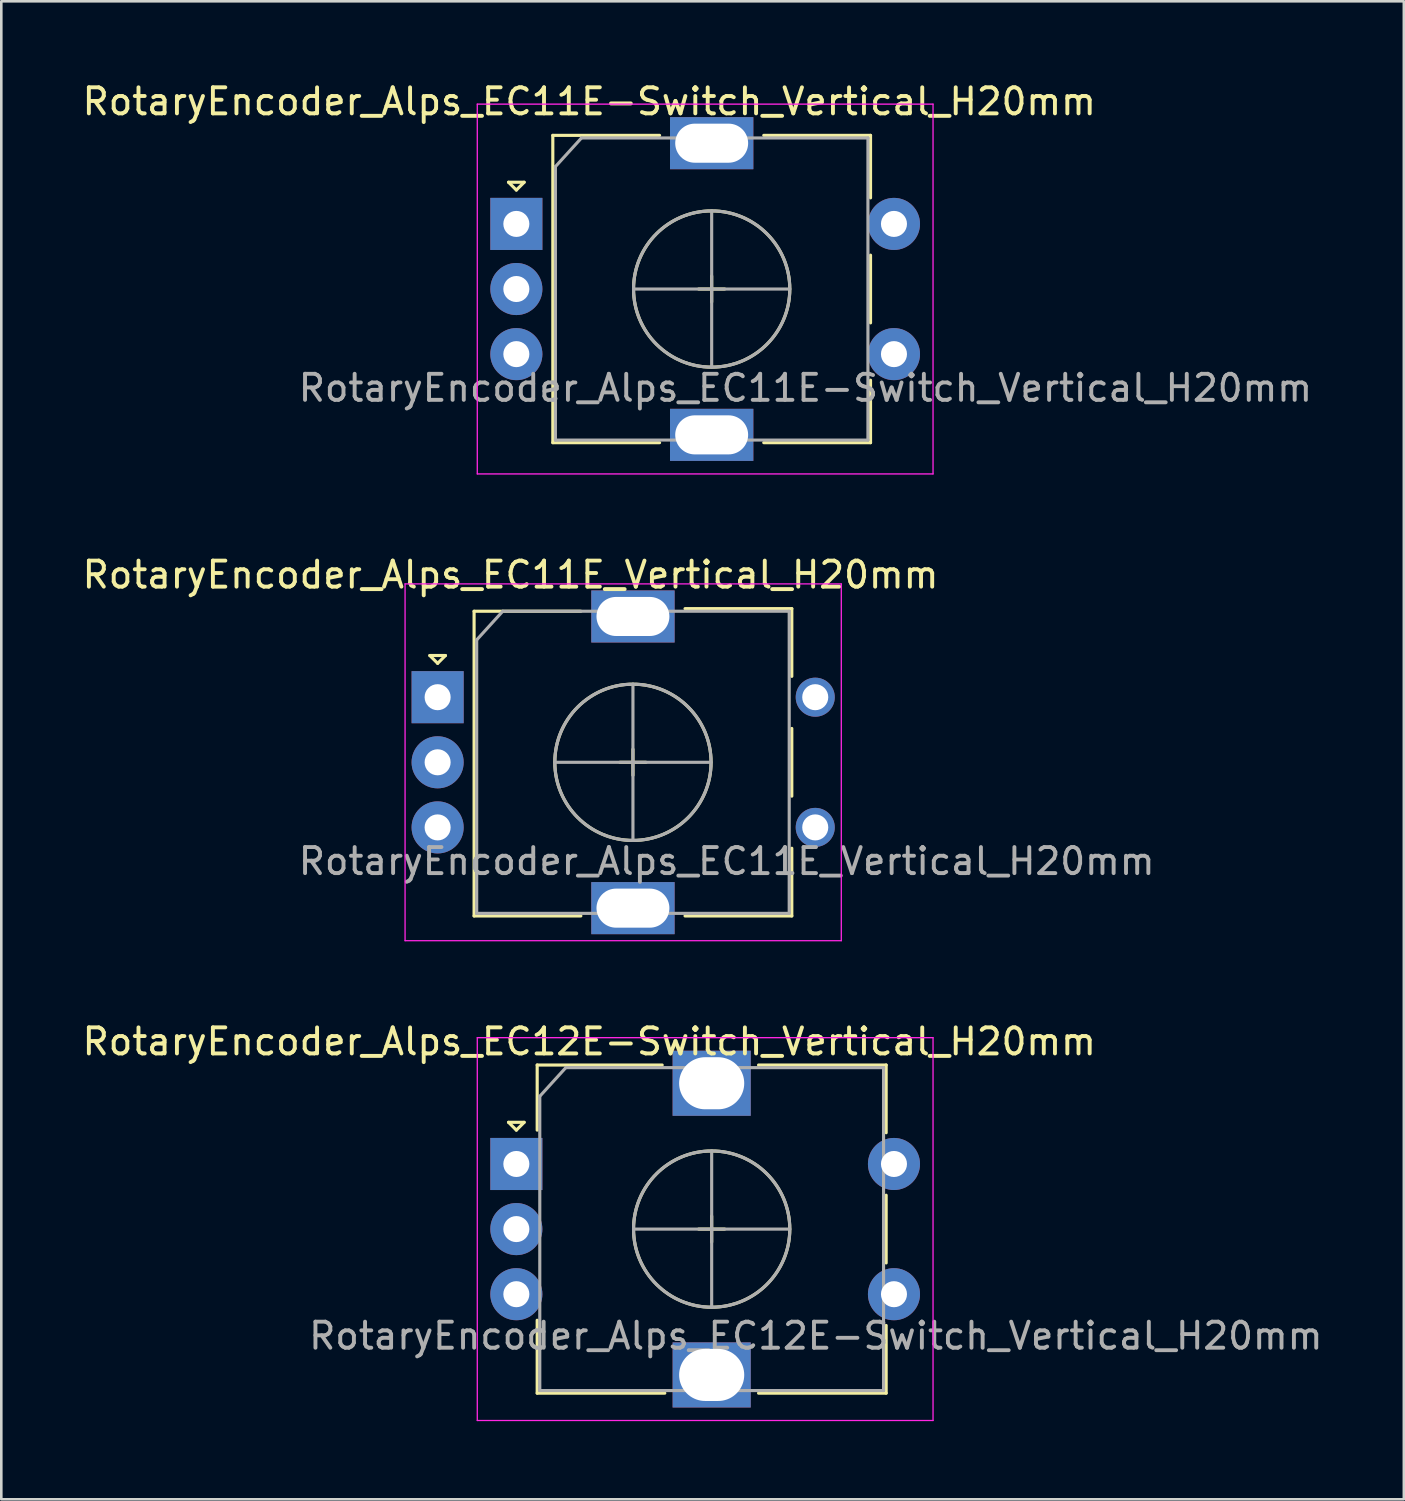
<source format=kicad_pcb>
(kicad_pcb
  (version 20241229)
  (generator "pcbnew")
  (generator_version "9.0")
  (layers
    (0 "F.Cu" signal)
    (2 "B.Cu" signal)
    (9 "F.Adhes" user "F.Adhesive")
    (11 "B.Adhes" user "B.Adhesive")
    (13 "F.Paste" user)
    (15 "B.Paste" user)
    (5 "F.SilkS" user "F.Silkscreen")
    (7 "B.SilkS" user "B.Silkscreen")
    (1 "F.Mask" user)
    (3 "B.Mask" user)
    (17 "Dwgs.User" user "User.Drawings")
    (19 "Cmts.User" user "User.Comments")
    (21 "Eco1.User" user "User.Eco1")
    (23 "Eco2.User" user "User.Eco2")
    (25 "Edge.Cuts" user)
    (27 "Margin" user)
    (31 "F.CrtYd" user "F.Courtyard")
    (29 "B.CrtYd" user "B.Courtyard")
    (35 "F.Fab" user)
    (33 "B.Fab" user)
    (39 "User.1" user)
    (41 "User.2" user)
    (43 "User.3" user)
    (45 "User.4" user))
  (footprint "RotaryEncoder_Alps_EC11E_Vertical_H20mm"
    (layer "F.Cu")
    (at 13.754 23.721)
    (property "Reference" "RotaryEncoder_Alps_EC11E_Vertical_H20mm" (at 2.8 -4.7 0) (layer "F.SilkS") (effects (font (size 1 1) (thickness 0.15))))
    (attr through_hole)
    (fp_line (start -0.3 -1.6) (end 0.3 -1.6) (stroke (width 0.12) (type solid)) (layer "F.SilkS"))
    (fp_line (start 0 -1.3) (end -0.3 -1.6) (stroke (width 0.12) (type solid)) (layer "F.SilkS"))
    (fp_line (start 0.3 -1.6) (end 0 -1.3) (stroke (width 0.12) (type solid)) (layer "F.SilkS"))
    (fp_line (start 1.4 -3.3) (end 1.4 8.4) (stroke (width 0.12) (type solid)) (layer "F.SilkS"))
    (fp_line (start 5.5 -3.3) (end 1.4 -3.3) (stroke (width 0.12) (type solid)) (layer "F.SilkS"))
    (fp_line (start 5.5 8.4) (end 1.4 8.4) (stroke (width 0.12) (type solid)) (layer "F.SilkS"))
    (fp_line (start 7 2.5) (end 8 2.5) (stroke (width 0.12) (type solid)) (layer "F.SilkS"))
    (fp_line (start 7.5 2) (end 7.5 3) (stroke (width 0.12) (type solid)) (layer "F.SilkS"))
    (fp_line (start 9.5 -3.4) (end 13.6 -3.4) (stroke (width 0.12) (type solid)) (layer "F.SilkS"))
    (fp_line (start 13.6 -3.4) (end 13.6 -0.8) (stroke (width 0.12) (type solid)) (layer "F.SilkS"))
    (fp_line (start 13.6 1.2) (end 13.6 3.8) (stroke (width 0.12) (type solid)) (layer "F.SilkS"))
    (fp_line (start 13.6 5.8) (end 13.6 8.4) (stroke (width 0.12) (type solid)) (layer "F.SilkS"))
    (fp_line (start 13.6 8.4) (end 9.5 8.4) (stroke (width 0.12) (type solid)) (layer "F.SilkS"))
    (fp_circle (center 7.5 2.5) (end 10.5 2.5) (stroke (width 0.12) (type solid)) (fill no) (layer "F.SilkS"))
    (fp_line (start -1.25 -4.35) (end -1.25 9.35) (stroke (width 0.05) (type solid)) (layer "F.CrtYd"))
    (fp_line (start -1.25 -4.35) (end 15.5 -4.35) (stroke (width 0.05) (type solid)) (layer "F.CrtYd"))
    (fp_line (start 15.5 9.35) (end -1.25 9.35) (stroke (width 0.05) (type solid)) (layer "F.CrtYd"))
    (fp_line (start 15.5 9.35) (end 15.5 -4.35) (stroke (width 0.05) (type solid)) (layer "F.CrtYd"))
    (fp_line (start 1.5 -2.2) (end 2.5 -3.3) (stroke (width 0.12) (type solid)) (layer "F.Fab"))
    (fp_line (start 1.5 8.3) (end 1.5 -2.2) (stroke (width 0.12) (type solid)) (layer "F.Fab"))
    (fp_line (start 2.5 -3.3) (end 13.5 -3.3) (stroke (width 0.12) (type solid)) (layer "F.Fab"))
    (fp_line (start 4.5 2.5) (end 10.5 2.5) (stroke (width 0.12) (type solid)) (layer "F.Fab"))
    (fp_line (start 7.5 -0.5) (end 7.5 5.5) (stroke (width 0.12) (type solid)) (layer "F.Fab"))
    (fp_line (start 13.5 -3.3) (end 13.5 8.3) (stroke (width 0.12) (type solid)) (layer "F.Fab"))
    (fp_line (start 13.5 8.3) (end 1.5 8.3) (stroke (width 0.12) (type solid)) (layer "F.Fab"))
    (fp_circle (center 7.5 2.5) (end 10.5 2.5) (stroke (width 0.12) (type solid)) (fill no) (layer "F.Fab"))
    (fp_text user "${REFERENCE}" (at 11.1 6.3 0) (layer "F.Fab") (effects (font (size 1 1) (thickness 0.15))))
    (pad "" thru_hole circle (at 14.5 0) (size 1.5 1.5) (drill 1) (layers "*.Cu" "*.Mask"))
    (pad "" thru_hole circle (at 14.5 5) (size 1.5 1.5) (drill 1) (layers "*.Cu" "*.Mask"))
    (pad "A" thru_hole rect (at 0 0) (size 2 2) (drill 1) (layers "*.Cu" "*.Mask"))
    (pad "B" thru_hole circle (at 0 5) (size 2 2) (drill 1) (layers "*.Cu" "*.Mask"))
    (pad "C" thru_hole circle (at 0 2.5) (size 2 2) (drill 1) (layers "*.Cu" "*.Mask"))
    (pad "MP" thru_hole rect (at 7.5 -3.1) (size 3.2 2) (drill oval 2.8 1.5) (layers "*.Cu" "*.Mask"))
    (pad "MP" thru_hole rect (at 7.5 8.1) (size 3.2 2) (drill oval 2.8 1.5) (layers "*.Cu" "*.Mask")))
  (footprint "RotaryEncoder_Alps_EC12E-Switch_Vertical_H20mm"
    (layer "F.Cu")
    (at 16.777 41.645)
    (property "Reference" "RotaryEncoder_Alps_EC12E-Switch_Vertical_H20mm" (at 2.8 -4.7 0) (layer "F.SilkS") (effects (font (size 1 1) (thickness 0.15))))
    (attr through_hole)
    (fp_line (start -0.3 -1.6) (end 0.3 -1.6) (stroke (width 0.12) (type solid)) (layer "F.SilkS"))
    (fp_line (start 0 -1.3) (end -0.3 -1.6) (stroke (width 0.12) (type solid)) (layer "F.SilkS"))
    (fp_line (start 0.3 -1.6) (end 0 -1.3) (stroke (width 0.12) (type solid)) (layer "F.SilkS"))
    (fp_line (start 0.8 -3.8) (end 0.8 -1.3) (stroke (width 0.12) (type solid)) (layer "F.SilkS"))
    (fp_line (start 0.8 8.8) (end 0.8 6) (stroke (width 0.12) (type solid)) (layer "F.SilkS"))
    (fp_line (start 5.6 -3.8) (end 0.8 -3.8) (stroke (width 0.12) (type solid)) (layer "F.SilkS"))
    (fp_line (start 5.7 8.8) (end 0.8 8.8) (stroke (width 0.12) (type solid)) (layer "F.SilkS"))
    (fp_line (start 7 2.5) (end 8 2.5) (stroke (width 0.12) (type solid)) (layer "F.SilkS"))
    (fp_line (start 7.5 2) (end 7.5 3) (stroke (width 0.12) (type solid)) (layer "F.SilkS"))
    (fp_line (start 9.3 -3.8) (end 14.2 -3.8) (stroke (width 0.12) (type solid)) (layer "F.SilkS"))
    (fp_line (start 14.2 -3.8) (end 14.2 -1.2) (stroke (width 0.12) (type solid)) (layer "F.SilkS"))
    (fp_line (start 14.2 1.2) (end 14.2 3.8) (stroke (width 0.12) (type solid)) (layer "F.SilkS"))
    (fp_line (start 14.2 6.2) (end 14.2 8.8) (stroke (width 0.12) (type solid)) (layer "F.SilkS"))
    (fp_line (start 14.2 8.8) (end 9.3 8.8) (stroke (width 0.12) (type solid)) (layer "F.SilkS"))
    (fp_circle (center 7.5 2.5) (end 10.5 2.5) (stroke (width 0.12) (type solid)) (fill no) (layer "F.SilkS"))
    (fp_line (start -1.5 -4.85) (end -1.5 9.85) (stroke (width 0.05) (type solid)) (layer "F.CrtYd"))
    (fp_line (start -1.5 -4.85) (end 16 -4.85) (stroke (width 0.05) (type solid)) (layer "F.CrtYd"))
    (fp_line (start 16 9.85) (end -1.5 9.85) (stroke (width 0.05) (type solid)) (layer "F.CrtYd"))
    (fp_line (start 16 9.85) (end 16 -4.85) (stroke (width 0.05) (type solid)) (layer "F.CrtYd"))
    (fp_line (start 0.9 -2.6) (end 1.9 -3.7) (stroke (width 0.12) (type solid)) (layer "F.Fab"))
    (fp_line (start 0.9 8.7) (end 0.9 -2.6) (stroke (width 0.12) (type solid)) (layer "F.Fab"))
    (fp_line (start 1.9 -3.7) (end 14.1 -3.7) (stroke (width 0.12) (type solid)) (layer "F.Fab"))
    (fp_line (start 4.5 2.5) (end 10.5 2.5) (stroke (width 0.12) (type solid)) (layer "F.Fab"))
    (fp_line (start 7.5 -0.5) (end 7.5 5.5) (stroke (width 0.12) (type solid)) (layer "F.Fab"))
    (fp_line (start 14.1 -3.7) (end 14.1 8.7) (stroke (width 0.12) (type solid)) (layer "F.Fab"))
    (fp_line (start 14.1 8.7) (end 0.9 8.7) (stroke (width 0.12) (type solid)) (layer "F.Fab"))
    (fp_circle (center 7.5 2.5) (end 10.5 2.5) (stroke (width 0.12) (type solid)) (fill no) (layer "F.Fab"))
    (fp_text user "${REFERENCE}" (at 11.5 6.6 0) (layer "F.Fab") (effects (font (size 1 1) (thickness 0.15))))
    (pad "A" thru_hole rect (at 0 0) (size 2 2) (drill 1) (layers "*.Cu" "*.Mask"))
    (pad "B" thru_hole circle (at 0 5) (size 2 2) (drill 1) (layers "*.Cu" "*.Mask"))
    (pad "C" thru_hole circle (at 0 2.5) (size 2 2) (drill 1) (layers "*.Cu" "*.Mask"))
    (pad "MP" thru_hole rect (at 7.5 -3.1) (size 3 2.5) (drill oval 2.5 2) (layers "*.Cu" "*.Mask"))
    (pad "MP" thru_hole rect (at 7.5 8.1) (size 3 2.5) (drill oval 2.5 2) (layers "*.Cu" "*.Mask"))
    (pad "S1" thru_hole circle (at 14.5 0) (size 2 2) (drill 1) (layers "*.Cu" "*.Mask"))
    (pad "S2" thru_hole circle (at 14.5 5) (size 2 2) (drill 1) (layers "*.Cu" "*.Mask")))
  (footprint "RotaryEncoder_Alps_EC11E-Switch_Vertical_H20mm"
    (layer "F.Cu")
    (at 16.777 5.548)
    (property "Reference" "RotaryEncoder_Alps_EC11E-Switch_Vertical_H20mm" (at 2.8 -4.7 0) (layer "F.SilkS") (effects (font (size 1 1) (thickness 0.15))))
    (attr through_hole)
    (fp_line (start -0.3 -1.6) (end 0.3 -1.6) (stroke (width 0.12) (type solid)) (layer "F.SilkS"))
    (fp_line (start 0 -1.3) (end -0.3 -1.6) (stroke (width 0.12) (type solid)) (layer "F.SilkS"))
    (fp_line (start 0.3 -1.6) (end 0 -1.3) (stroke (width 0.12) (type solid)) (layer "F.SilkS"))
    (fp_line (start 1.4 -3.4) (end 1.4 8.4) (stroke (width 0.12) (type solid)) (layer "F.SilkS"))
    (fp_line (start 5.5 -3.4) (end 1.4 -3.4) (stroke (width 0.12) (type solid)) (layer "F.SilkS"))
    (fp_line (start 5.5 8.4) (end 1.4 8.4) (stroke (width 0.12) (type solid)) (layer "F.SilkS"))
    (fp_line (start 7 2.5) (end 8 2.5) (stroke (width 0.12) (type solid)) (layer "F.SilkS"))
    (fp_line (start 7.5 2) (end 7.5 3) (stroke (width 0.12) (type solid)) (layer "F.SilkS"))
    (fp_line (start 9.5 -3.4) (end 13.6 -3.4) (stroke (width 0.12) (type solid)) (layer "F.SilkS"))
    (fp_line (start 13.6 -3.4) (end 13.6 -1) (stroke (width 0.12) (type solid)) (layer "F.SilkS"))
    (fp_line (start 13.6 1.2) (end 13.6 3.8) (stroke (width 0.12) (type solid)) (layer "F.SilkS"))
    (fp_line (start 13.6 6) (end 13.6 8.4) (stroke (width 0.12) (type solid)) (layer "F.SilkS"))
    (fp_line (start 13.6 8.4) (end 9.5 8.4) (stroke (width 0.12) (type solid)) (layer "F.SilkS"))
    (fp_circle (center 7.5 2.5) (end 10.5 2.5) (stroke (width 0.12) (type solid)) (fill no) (layer "F.SilkS"))
    (fp_line (start -1.5 -4.6) (end -1.5 9.6) (stroke (width 0.05) (type solid)) (layer "F.CrtYd"))
    (fp_line (start -1.5 -4.6) (end 16 -4.6) (stroke (width 0.05) (type solid)) (layer "F.CrtYd"))
    (fp_line (start 16 9.6) (end -1.5 9.6) (stroke (width 0.05) (type solid)) (layer "F.CrtYd"))
    (fp_line (start 16 9.6) (end 16 -4.6) (stroke (width 0.05) (type solid)) (layer "F.CrtYd"))
    (fp_line (start 1.5 -2.2) (end 2.5 -3.3) (stroke (width 0.12) (type solid)) (layer "F.Fab"))
    (fp_line (start 1.5 8.3) (end 1.5 -2.2) (stroke (width 0.12) (type solid)) (layer "F.Fab"))
    (fp_line (start 2.5 -3.3) (end 13.5 -3.3) (stroke (width 0.12) (type solid)) (layer "F.Fab"))
    (fp_line (start 4.5 2.5) (end 10.5 2.5) (stroke (width 0.12) (type solid)) (layer "F.Fab"))
    (fp_line (start 7.5 -0.5) (end 7.5 5.5) (stroke (width 0.12) (type solid)) (layer "F.Fab"))
    (fp_line (start 13.5 -3.3) (end 13.5 8.3) (stroke (width 0.12) (type solid)) (layer "F.Fab"))
    (fp_line (start 13.5 8.3) (end 1.5 8.3) (stroke (width 0.12) (type solid)) (layer "F.Fab"))
    (fp_circle (center 7.5 2.5) (end 10.5 2.5) (stroke (width 0.12) (type solid)) (fill no) (layer "F.Fab"))
    (fp_text user "${REFERENCE}" (at 11.1 6.3 0) (layer "F.Fab") (effects (font (size 1 1) (thickness 0.15))))
    (pad "A" thru_hole rect (at 0 0) (size 2 2) (drill 1) (layers "*.Cu" "*.Mask"))
    (pad "B" thru_hole circle (at 0 5) (size 2 2) (drill 1) (layers "*.Cu" "*.Mask"))
    (pad "C" thru_hole circle (at 0 2.5) (size 2 2) (drill 1) (layers "*.Cu" "*.Mask"))
    (pad "MP" thru_hole rect (at 7.5 -3.1) (size 3.2 2) (drill oval 2.8 1.5) (layers "*.Cu" "*.Mask"))
    (pad "MP" thru_hole rect (at 7.5 8.1) (size 3.2 2) (drill oval 2.8 1.5) (layers "*.Cu" "*.Mask"))
    (pad "S1" thru_hole circle (at 14.5 5) (size 2 2) (drill 1) (layers "*.Cu" "*.Mask"))
    (pad "S2" thru_hole circle (at 14.5 0) (size 2 2) (drill 1) (layers "*.Cu" "*.Mask")))
  (gr_rect
    (start -3 -3)
    (end 50.855 54.52)
    (stroke (width 0.1) (type default))
    (fill no)
    (layer "Edge.Cuts")))
</source>
